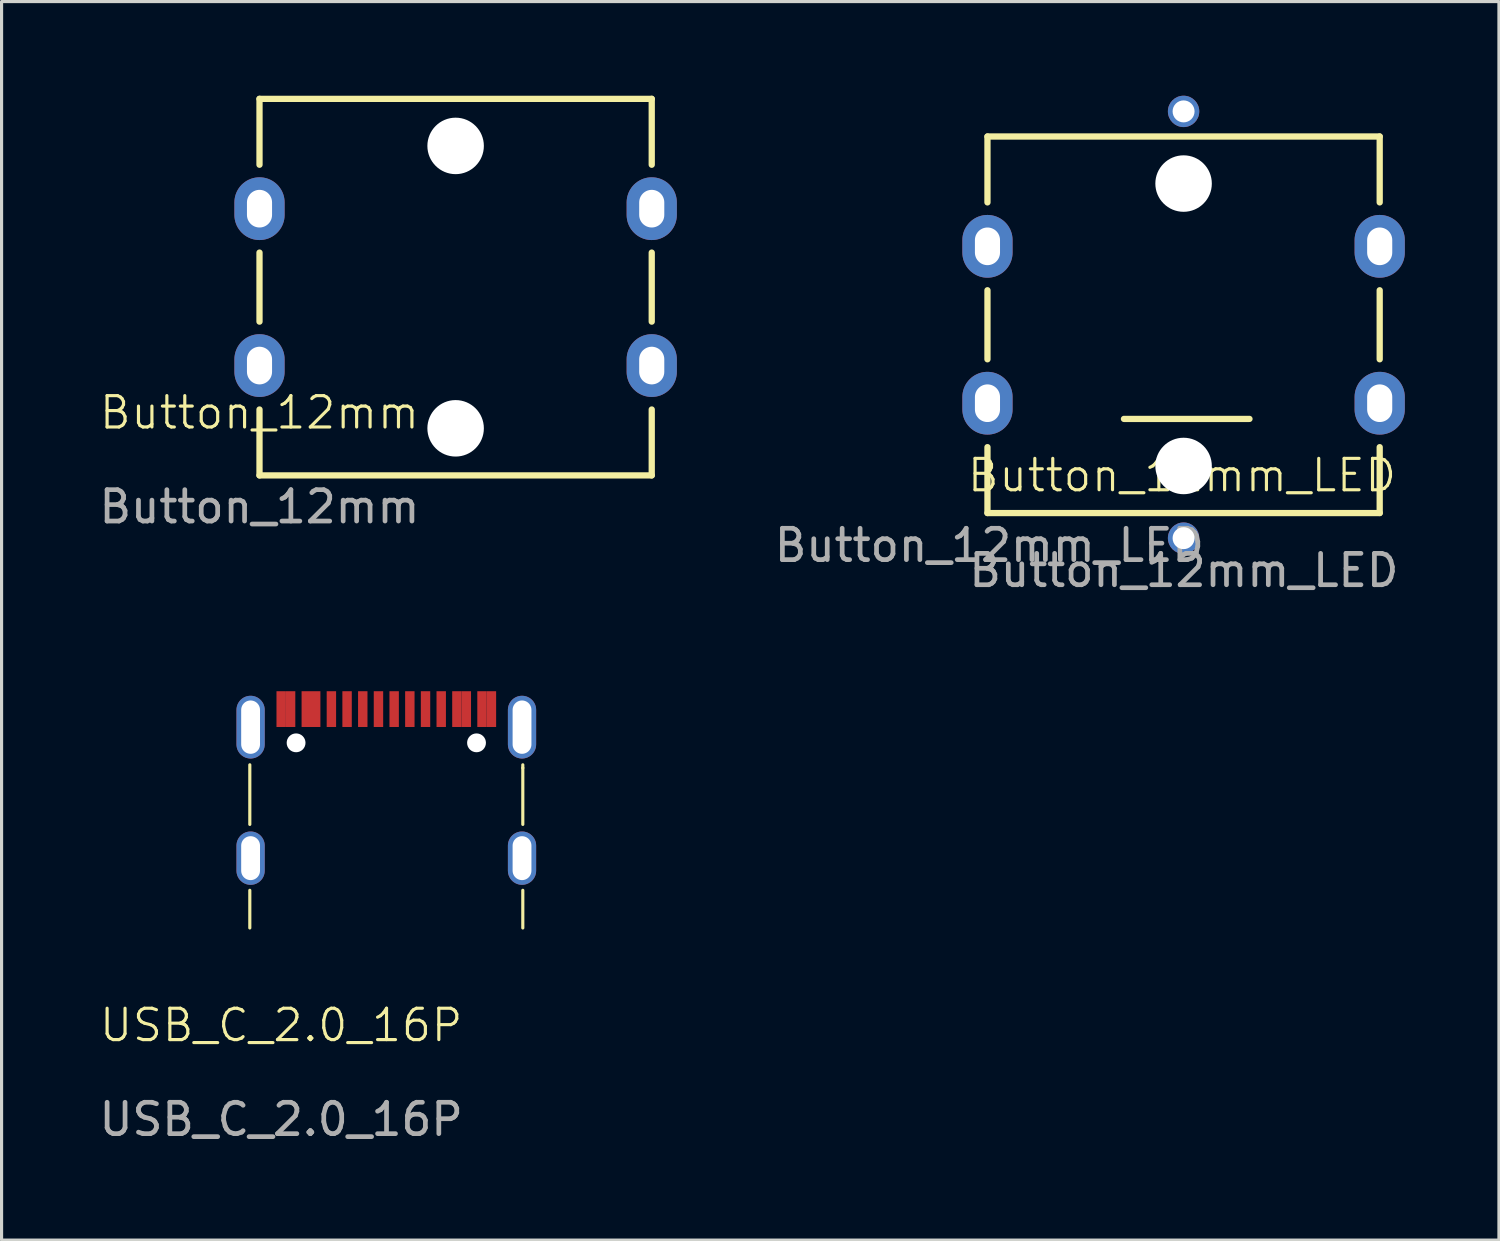
<source format=kicad_pcb>
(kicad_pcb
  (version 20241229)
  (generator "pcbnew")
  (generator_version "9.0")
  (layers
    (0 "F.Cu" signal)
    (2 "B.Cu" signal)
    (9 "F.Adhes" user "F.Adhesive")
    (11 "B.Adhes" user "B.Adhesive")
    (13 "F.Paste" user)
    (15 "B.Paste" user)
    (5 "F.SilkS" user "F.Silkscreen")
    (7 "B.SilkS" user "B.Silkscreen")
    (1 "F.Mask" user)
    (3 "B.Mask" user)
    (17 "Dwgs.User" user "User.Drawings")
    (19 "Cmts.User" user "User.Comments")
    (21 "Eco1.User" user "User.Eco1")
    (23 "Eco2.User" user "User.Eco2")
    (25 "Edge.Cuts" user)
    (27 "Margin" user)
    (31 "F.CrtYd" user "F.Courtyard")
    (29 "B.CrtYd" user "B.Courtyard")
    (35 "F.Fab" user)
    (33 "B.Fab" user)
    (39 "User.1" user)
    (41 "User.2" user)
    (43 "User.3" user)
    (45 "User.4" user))
  (footprint "Button_12mm"
    (layer "F.Cu")
    (at 5.22 10.6)
    (property "Reference" "Button_12mm" (at 0 -0.5 0) (unlocked yes) (layer "F.SilkS") (effects (font (size 1 1) (thickness 0.1))))
    (attr smd)
    (fp_line (start 0 -10.5) (end 0 -8.4) (stroke (width 0.2) (type default)) (layer "F.SilkS"))
    (fp_line (start 0 -10.5) (end 12.5 -10.5) (stroke (width 0.2) (type default)) (layer "F.SilkS"))
    (fp_line (start 0 -3.4) (end 0 -5.6) (stroke (width 0.2) (type default)) (layer "F.SilkS"))
    (fp_line (start 0 -0.6) (end 0 1.5) (stroke (width 0.2) (type default)) (layer "F.SilkS"))
    (fp_line (start 12.5 -10.5) (end 12.5 -8.4) (stroke (width 0.2) (type default)) (layer "F.SilkS"))
    (fp_line (start 12.5 -3.4) (end 12.5 -5.6) (stroke (width 0.2) (type default)) (layer "F.SilkS"))
    (fp_line (start 12.5 -0.6) (end 12.5 1.5) (stroke (width 0.2) (type default)) (layer "F.SilkS"))
    (fp_line (start 12.5 1.5) (end 0 1.5) (stroke (width 0.2) (type default)) (layer "F.SilkS"))
    (fp_text user "${REFERENCE}" (at 0 2.5 0) (unlocked yes) (layer "F.Fab") (effects (font (size 1 1) (thickness 0.15))))
    (pad "" np_thru_hole circle (at 6.25 -9) (size 1.8 1.8) (drill 1.8) (layers "*.Cu" "*.Mask"))
    (pad "" np_thru_hole circle (at 6.25 0) (size 1.8 1.8) (drill 1.8) (layers "*.Cu" "*.Mask"))
    (pad "1" thru_hole oval (at 0 -2 90) (size 2 1.6) (drill oval 1.2 0.8) (layers "*.Cu" "*.Mask"))
    (pad "1" thru_hole oval (at 12.5 -2 270) (size 2 1.6) (drill oval 1.2 0.8) (layers "*.Cu" "*.Mask"))
    (pad "2" thru_hole oval (at 0 -7 90) (size 2 1.6) (drill oval 1.2 0.8) (layers "*.Cu" "*.Mask"))
    (pad "2" thru_hole oval (at 12.5 -7 90) (size 2 1.6) (drill oval 1.2 0.8) (layers "*.Cu" "*.Mask")))
  (footprint "Button_12mm_LED"
    (layer "F.Cu")
    (at 34.669 13.4)
    (property "Reference" "Button_12mm_LED" (at -0.05 -1.3 0) (unlocked yes) (layer "F.SilkS") (effects (font (size 1 1) (thickness 0.1))))
    (attr smd)
    (fp_line (start -6.25 -12.1) (end -6.25 -10) (stroke (width 0.2) (type default)) (layer "F.SilkS"))
    (fp_line (start -6.25 -12.1) (end 6.25 -12.1) (stroke (width 0.2) (type default)) (layer "F.SilkS"))
    (fp_line (start -6.25 -5) (end -6.25 -7.2) (stroke (width 0.2) (type default)) (layer "F.SilkS"))
    (fp_line (start -6.25 -2.2) (end -6.25 -0.1) (stroke (width 0.2) (type default)) (layer "F.SilkS"))
    (fp_line (start -1.9 -3.1) (end 2.1 -3.1) (stroke (width 0.2) (type default)) (layer "F.SilkS"))
    (fp_line (start 6.25 -12.1) (end 6.25 -10) (stroke (width 0.2) (type default)) (layer "F.SilkS"))
    (fp_line (start 6.25 -5) (end 6.25 -7.2) (stroke (width 0.2) (type default)) (layer "F.SilkS"))
    (fp_line (start 6.25 -2.2) (end 6.25 -0.1) (stroke (width 0.2) (type default)) (layer "F.SilkS"))
    (fp_line (start 6.25 -0.1) (end -6.25 -0.1) (stroke (width 0.2) (type default)) (layer "F.SilkS"))
    (fp_text user "${REFERENCE}" (at 0.01 1.73 0) (unlocked yes) (layer "F.Fab") (effects (font (size 1 1) (thickness 0.15))))
    (fp_text user "${REFERENCE}" (at -6.19 0.93 0) (unlocked yes) (layer "F.Fab") (effects (font (size 1 1) (thickness 0.15))))
    (pad "" np_thru_hole circle (at 0 -10.6) (size 1.8 1.8) (drill 1.8) (layers "*.Cu" "*.Mask"))
    (pad "" np_thru_hole circle (at 0 -1.6) (size 1.8 1.8) (drill 1.8) (layers "*.Cu" "*.Mask"))
    (pad "1" thru_hole oval (at -6.25 -3.6 90) (size 2 1.6) (drill oval 1.2 0.8) (layers "*.Cu" "*.Mask"))
    (pad "1" thru_hole oval (at 6.25 -3.6 270) (size 2 1.6) (drill oval 1.2 0.8) (layers "*.Cu" "*.Mask"))
    (pad "2" thru_hole oval (at -6.25 -8.6 90) (size 2 1.6) (drill oval 1.2 0.8) (layers "*.Cu" "*.Mask"))
    (pad "2" thru_hole oval (at 6.25 -8.6 90) (size 2 1.6) (drill oval 1.2 0.8) (layers "*.Cu" "*.Mask"))
    (pad "3" thru_hole circle (at 0 -12.9) (size 1 1) (drill 0.7) (layers "*.Cu" "*.Mask"))
    (pad "4" thru_hole circle (at 0 0.7) (size 1 1) (drill 0.7) (layers "*.Cu" "*.Mask")))
  (footprint "USB_C_2.0_16P"
    (layer "F.Cu")
    (at 5.911 30.123)
    (property "Reference" "USB_C_2.0_16P" (at 0 -0.5 0) (unlocked yes) (layer "F.SilkS") (effects (font (size 1 1) (thickness 0.1))))
    (attr smd)
    (fp_line (start -1 -6.9) (end -1 -8.8) (stroke (width 0.1) (type default)) (layer "F.SilkS"))
    (fp_line (start -1 -4.8) (end -1 -3.6) (stroke (width 0.1) (type default)) (layer "F.SilkS"))
    (fp_line (start 7.7 -8.7) (end 7.7 -8.8) (stroke (width 0.1) (type default)) (layer "F.SilkS"))
    (fp_line (start 7.7 -6.9) (end 7.7 -8.7) (stroke (width 0.1) (type default)) (layer "F.SilkS"))
    (fp_line (start 7.7 -4.8) (end 7.7 -3.6) (stroke (width 0.1) (type default)) (layer "F.SilkS"))
    (fp_text user "${REFERENCE}" (at 0 2.5 0) (unlocked yes) (layer "F.Fab") (effects (font (size 1 1) (thickness 0.15))))
    (pad "" np_thru_hole circle (at 0.475 -9.5) (size 0.6 0.6) (drill 0.6) (layers "*.Cu" "*.Mask"))
    (pad "" np_thru_hole circle (at 6.225 -9.5) (size 0.6 0.6) (drill 0.6) (layers "*.Cu" "*.Mask"))
    (pad "A1" smd rect (at 0 -10.575) (size 0.3 1.14) (layers "F.Cu" "F.Mask" "F.Paste"))
    (pad "A4" smd rect (at 0.8 -10.575) (size 0.3 1.14) (layers "F.Cu" "F.Mask" "F.Paste"))
    (pad "A5" smd rect (at 2.1 -10.575) (size 0.3 1.14) (layers "F.Cu" "F.Mask" "F.Paste"))
    (pad "A6" smd rect (at 3.1 -10.575) (size 0.3 1.14) (layers "F.Cu" "F.Mask" "F.Paste"))
    (pad "A7" smd rect (at 3.6 -10.575) (size 0.3 1.14) (layers "F.Cu" "F.Mask" "F.Paste"))
    (pad "A8" smd rect (at 4.6 -10.575) (size 0.3 1.14) (layers "F.Cu" "F.Mask" "F.Paste"))
    (pad "A9" smd rect (at 5.9 -10.575) (size 0.3 1.14) (layers "F.Cu" "F.Mask" "F.Paste"))
    (pad "A12" smd rect (at 6.7 -10.575) (size 0.3 1.14) (layers "F.Cu" "F.Mask" "F.Paste"))
    (pad "B1" smd rect (at 6.4 -10.575) (size 0.3 1.14) (layers "F.Cu" "F.Mask" "F.Paste"))
    (pad "B4" smd rect (at 5.6 -10.575) (size 0.3 1.14) (layers "F.Cu" "F.Mask" "F.Paste"))
    (pad "B5" smd rect (at 5.1 -10.575) (size 0.3 1.14) (layers "F.Cu" "F.Mask" "F.Paste"))
    (pad "B6" smd rect (at 4.1 -10.575) (size 0.3 1.14) (layers "F.Cu" "F.Mask" "F.Paste"))
    (pad "B7" smd rect (at 2.6 -10.575) (size 0.3 1.14) (layers "F.Cu" "F.Mask" "F.Paste"))
    (pad "B8" smd rect (at 1.6 -10.575) (size 0.3 1.14) (layers "F.Cu" "F.Mask" "F.Paste"))
    (pad "B9" smd rect (at 1.1 -10.575) (size 0.3 1.14) (layers "F.Cu" "F.Mask" "F.Paste"))
    (pad "B12" smd rect (at 0.3 -10.575) (size 0.3 1.14) (layers "F.Cu" "F.Mask" "F.Paste"))
    (pad "S1" thru_hole oval (at -0.975 -10) (size 0.9 2) (drill oval 0.6 1.7) (layers "*.Cu" "*.Mask"))
    (pad "S1" thru_hole oval (at -0.975 -5.825) (size 0.9 1.7) (drill oval 0.6 1.4) (layers "*.Cu" "*.Mask"))
    (pad "S1" thru_hole oval (at 7.675 -10) (size 0.9 2) (drill oval 0.6 1.7) (layers "*.Cu" "*.Mask"))
    (pad "S1" thru_hole oval (at 7.675 -5.825) (size 0.9 1.7) (drill oval 0.6 1.4) (layers "*.Cu" "*.Mask")))
  (gr_rect
    (start -3 -3)
    (end 44.719 36.471)
    (stroke (width 0.1) (type default))
    (fill no)
    (layer "Edge.Cuts")))
</source>
